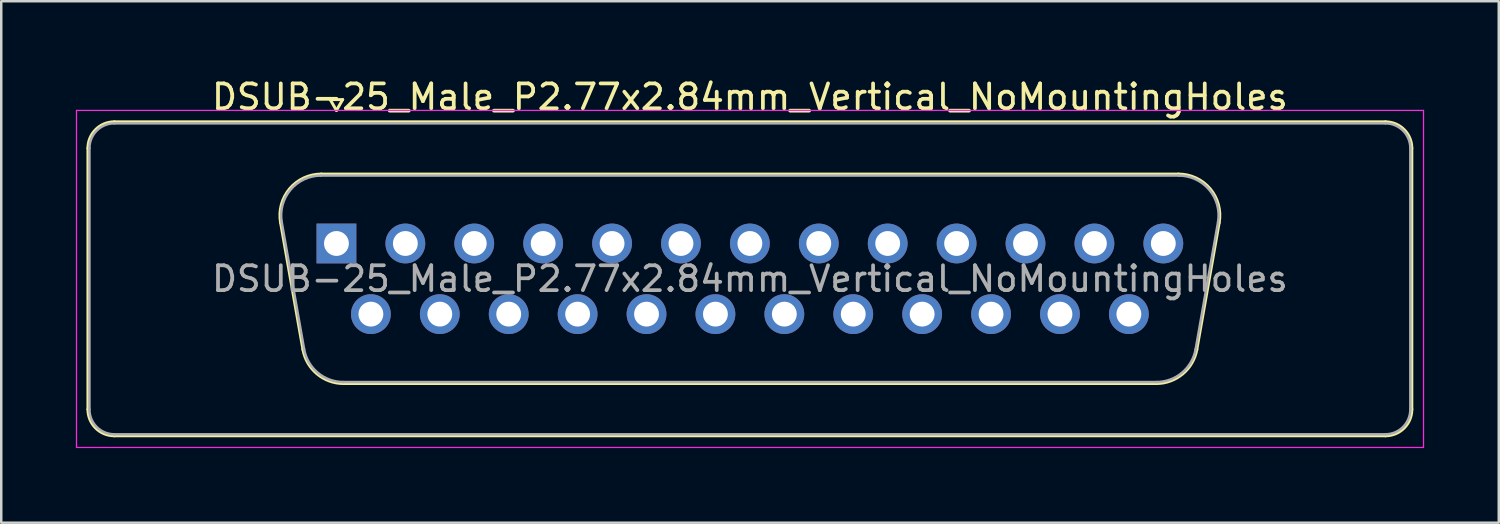
<source format=kicad_pcb>
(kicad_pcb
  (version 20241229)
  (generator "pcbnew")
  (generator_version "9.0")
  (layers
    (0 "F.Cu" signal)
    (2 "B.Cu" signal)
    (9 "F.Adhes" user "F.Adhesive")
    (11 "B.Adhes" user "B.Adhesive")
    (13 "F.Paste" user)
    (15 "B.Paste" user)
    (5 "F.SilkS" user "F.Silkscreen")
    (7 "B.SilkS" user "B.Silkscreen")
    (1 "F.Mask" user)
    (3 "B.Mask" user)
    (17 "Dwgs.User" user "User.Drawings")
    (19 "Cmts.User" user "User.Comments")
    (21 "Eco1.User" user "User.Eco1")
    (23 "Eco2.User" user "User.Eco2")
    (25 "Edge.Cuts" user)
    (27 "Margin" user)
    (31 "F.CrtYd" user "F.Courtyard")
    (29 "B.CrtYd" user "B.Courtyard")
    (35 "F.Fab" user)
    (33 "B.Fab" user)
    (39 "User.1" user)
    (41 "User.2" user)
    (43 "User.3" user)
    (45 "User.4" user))
  (footprint "DSUB-25_Male_P2.77x2.84mm_Vertical_NoMountingHoles"
    (layer "F.Cu")
    (at 10.475 6.738)
    (property "Reference" "DSUB-25_Male_P2.77x2.84mm_Vertical_NoMountingHoles" (at 16.62 -5.89 0) (layer "F.SilkS") (effects (font (size 1 1) (thickness 0.15))))
    (attr through_hole)
    (fp_line (start -9.99 6.67) (end -9.99 -3.83) (stroke (width 0.12) (type solid)) (layer "F.SilkS"))
    (fp_line (start -8.93 -4.89) (end 42.17 -4.89) (stroke (width 0.12) (type solid)) (layer "F.SilkS"))
    (fp_line (start -2.246 -0.842) (end -1.347 4.258) (stroke (width 0.12) (type solid)) (layer "F.SilkS"))
    (fp_line (start -0.612 -2.79) (end 33.852 -2.79) (stroke (width 0.12) (type solid)) (layer "F.SilkS"))
    (fp_line (start -0.25 -5.784) (end 0.25 -5.784) (stroke (width 0.12) (type solid)) (layer "F.SilkS"))
    (fp_line (start 0 -5.351) (end -0.25 -5.784) (stroke (width 0.12) (type solid)) (layer "F.SilkS"))
    (fp_line (start 0.25 -5.784) (end 0 -5.351) (stroke (width 0.12) (type solid)) (layer "F.SilkS"))
    (fp_line (start 0.288 5.63) (end 32.952 5.63) (stroke (width 0.12) (type solid)) (layer "F.SilkS"))
    (fp_line (start 35.486 -0.842) (end 34.587 4.258) (stroke (width 0.12) (type solid)) (layer "F.SilkS"))
    (fp_line (start 42.17 7.73) (end -8.93 7.73) (stroke (width 0.12) (type solid)) (layer "F.SilkS"))
    (fp_line (start 43.23 -3.83) (end 43.23 6.67) (stroke (width 0.12) (type solid)) (layer "F.SilkS"))
    (fp_arc (start -9.99 -3.83) (mid -9.679533 -4.579533) (end -8.93 -4.89) (stroke (width 0.12) (type solid)) (layer "F.SilkS"))
    (fp_arc (start -8.93 7.73) (mid -9.679533 7.419533) (end -9.99 6.67) (stroke (width 0.12) (type solid)) (layer "F.SilkS"))
    (fp_arc (start -2.24647 -0.841744) (mid -1.883323 -2.197028) (end -0.611689 -2.79) (stroke (width 0.12) (type solid)) (layer "F.SilkS"))
    (fp_arc (start 0.287579 5.63) (mid -0.779448 5.241634) (end -1.347202 4.258256) (stroke (width 0.12) (type solid)) (layer "F.SilkS"))
    (fp_arc (start 33.851689 -2.79) (mid 35.123323 -2.197027) (end 35.48647 -0.841744) (stroke (width 0.12) (type solid)) (layer "F.SilkS"))
    (fp_arc (start 34.587202 4.258256) (mid 34.019449 5.241634) (end 32.952421 5.63) (stroke (width 0.12) (type solid)) (layer "F.SilkS"))
    (fp_arc (start 42.17 -4.89) (mid 42.919533 -4.579533) (end 43.23 -3.83) (stroke (width 0.12) (type solid)) (layer "F.SilkS"))
    (fp_arc (start 43.23 6.67) (mid 42.919533 7.419533) (end 42.17 7.73) (stroke (width 0.12) (type solid)) (layer "F.SilkS"))
    (fp_line (start -10.45 -5.35) (end -10.45 8.2) (stroke (width 0.05) (type solid)) (layer "F.CrtYd"))
    (fp_line (start -10.45 8.2) (end 43.7 8.2) (stroke (width 0.05) (type solid)) (layer "F.CrtYd"))
    (fp_line (start 43.7 -5.35) (end -10.45 -5.35) (stroke (width 0.05) (type solid)) (layer "F.CrtYd"))
    (fp_line (start 43.7 8.2) (end 43.7 -5.35) (stroke (width 0.05) (type solid)) (layer "F.CrtYd"))
    (fp_line (start -9.93 6.67) (end -9.93 -3.83) (stroke (width 0.1) (type solid)) (layer "F.Fab"))
    (fp_line (start -8.93 -4.83) (end 42.17 -4.83) (stroke (width 0.1) (type solid)) (layer "F.Fab"))
    (fp_line (start -2.199 -0.852) (end -1.3 4.248) (stroke (width 0.1) (type solid)) (layer "F.Fab"))
    (fp_line (start -0.623 -2.73) (end 33.863 -2.73) (stroke (width 0.1) (type solid)) (layer "F.Fab"))
    (fp_line (start 0.276 5.57) (end 32.964 5.57) (stroke (width 0.1) (type solid)) (layer "F.Fab"))
    (fp_line (start 35.439 -0.852) (end 34.54 4.248) (stroke (width 0.1) (type solid)) (layer "F.Fab"))
    (fp_line (start 42.17 7.67) (end -8.93 7.67) (stroke (width 0.1) (type solid)) (layer "F.Fab"))
    (fp_line (start 43.17 -3.83) (end 43.17 6.67) (stroke (width 0.1) (type solid)) (layer "F.Fab"))
    (fp_arc (start -9.93 -3.83) (mid -9.637107 -4.537107) (end -8.93 -4.83) (stroke (width 0.1) (type solid)) (layer "F.Fab"))
    (fp_arc (start -8.93 7.67) (mid -9.637107 7.377107) (end -9.93 6.67) (stroke (width 0.1) (type solid)) (layer "F.Fab"))
    (fp_arc (start -2.198886 -0.852163) (mid -1.848865 -2.15846) (end -0.623194 -2.73) (stroke (width 0.1) (type solid)) (layer "F.Fab"))
    (fp_arc (start 0.276073 5.57) (mid -0.752387 5.195671) (end -1.299619 4.247837) (stroke (width 0.1) (type solid)) (layer "F.Fab"))
    (fp_arc (start 33.863194 -2.73) (mid 35.088865 -2.15846) (end 35.438886 -0.852163) (stroke (width 0.1) (type solid)) (layer "F.Fab"))
    (fp_arc (start 34.539619 4.247837) (mid 33.992387 5.195671) (end 32.963927 5.57) (stroke (width 0.1) (type solid)) (layer "F.Fab"))
    (fp_arc (start 42.17 -4.83) (mid 42.877107 -4.537107) (end 43.17 -3.83) (stroke (width 0.1) (type solid)) (layer "F.Fab"))
    (fp_arc (start 43.17 6.67) (mid 42.877107 7.377107) (end 42.17 7.67) (stroke (width 0.1) (type solid)) (layer "F.Fab"))
    (fp_text user "${REFERENCE}" (at 16.62 1.42 0) (layer "F.Fab") (effects (font (size 1 1) (thickness 0.15))))
    (pad "1" thru_hole rect (at 0 0) (size 1.6 1.6) (drill 1) (layers "*.Cu" "*.Mask"))
    (pad "2" thru_hole circle (at 2.77 0) (size 1.6 1.6) (drill 1) (layers "*.Cu" "*.Mask"))
    (pad "3" thru_hole circle (at 5.54 0) (size 1.6 1.6) (drill 1) (layers "*.Cu" "*.Mask"))
    (pad "4" thru_hole circle (at 8.31 0) (size 1.6 1.6) (drill 1) (layers "*.Cu" "*.Mask"))
    (pad "5" thru_hole circle (at 11.08 0) (size 1.6 1.6) (drill 1) (layers "*.Cu" "*.Mask"))
    (pad "6" thru_hole circle (at 13.85 0) (size 1.6 1.6) (drill 1) (layers "*.Cu" "*.Mask"))
    (pad "7" thru_hole circle (at 16.62 0) (size 1.6 1.6) (drill 1) (layers "*.Cu" "*.Mask"))
    (pad "8" thru_hole circle (at 19.39 0) (size 1.6 1.6) (drill 1) (layers "*.Cu" "*.Mask"))
    (pad "9" thru_hole circle (at 22.16 0) (size 1.6 1.6) (drill 1) (layers "*.Cu" "*.Mask"))
    (pad "10" thru_hole circle (at 24.93 0) (size 1.6 1.6) (drill 1) (layers "*.Cu" "*.Mask"))
    (pad "11" thru_hole circle (at 27.7 0) (size 1.6 1.6) (drill 1) (layers "*.Cu" "*.Mask"))
    (pad "12" thru_hole circle (at 30.47 0) (size 1.6 1.6) (drill 1) (layers "*.Cu" "*.Mask"))
    (pad "13" thru_hole circle (at 33.24 0) (size 1.6 1.6) (drill 1) (layers "*.Cu" "*.Mask"))
    (pad "14" thru_hole circle (at 1.385 2.84) (size 1.6 1.6) (drill 1) (layers "*.Cu" "*.Mask"))
    (pad "15" thru_hole circle (at 4.155 2.84) (size 1.6 1.6) (drill 1) (layers "*.Cu" "*.Mask"))
    (pad "16" thru_hole circle (at 6.925 2.84) (size 1.6 1.6) (drill 1) (layers "*.Cu" "*.Mask"))
    (pad "17" thru_hole circle (at 9.695 2.84) (size 1.6 1.6) (drill 1) (layers "*.Cu" "*.Mask"))
    (pad "18" thru_hole circle (at 12.465 2.84) (size 1.6 1.6) (drill 1) (layers "*.Cu" "*.Mask"))
    (pad "19" thru_hole circle (at 15.235 2.84) (size 1.6 1.6) (drill 1) (layers "*.Cu" "*.Mask"))
    (pad "20" thru_hole circle (at 18.005 2.84) (size 1.6 1.6) (drill 1) (layers "*.Cu" "*.Mask"))
    (pad "21" thru_hole circle (at 20.775 2.84) (size 1.6 1.6) (drill 1) (layers "*.Cu" "*.Mask"))
    (pad "22" thru_hole circle (at 23.545 2.84) (size 1.6 1.6) (drill 1) (layers "*.Cu" "*.Mask"))
    (pad "23" thru_hole circle (at 26.315 2.84) (size 1.6 1.6) (drill 1) (layers "*.Cu" "*.Mask"))
    (pad "24" thru_hole circle (at 29.085 2.84) (size 1.6 1.6) (drill 1) (layers "*.Cu" "*.Mask"))
    (pad "25" thru_hole circle (at 31.855 2.84) (size 1.6 1.6) (drill 1) (layers "*.Cu" "*.Mask")))
  (gr_rect
    (start -3 -3)
    (end 57.2 17.963)
    (stroke (width 0.1) (type default))
    (fill no)
    (layer "Edge.Cuts")))
</source>
